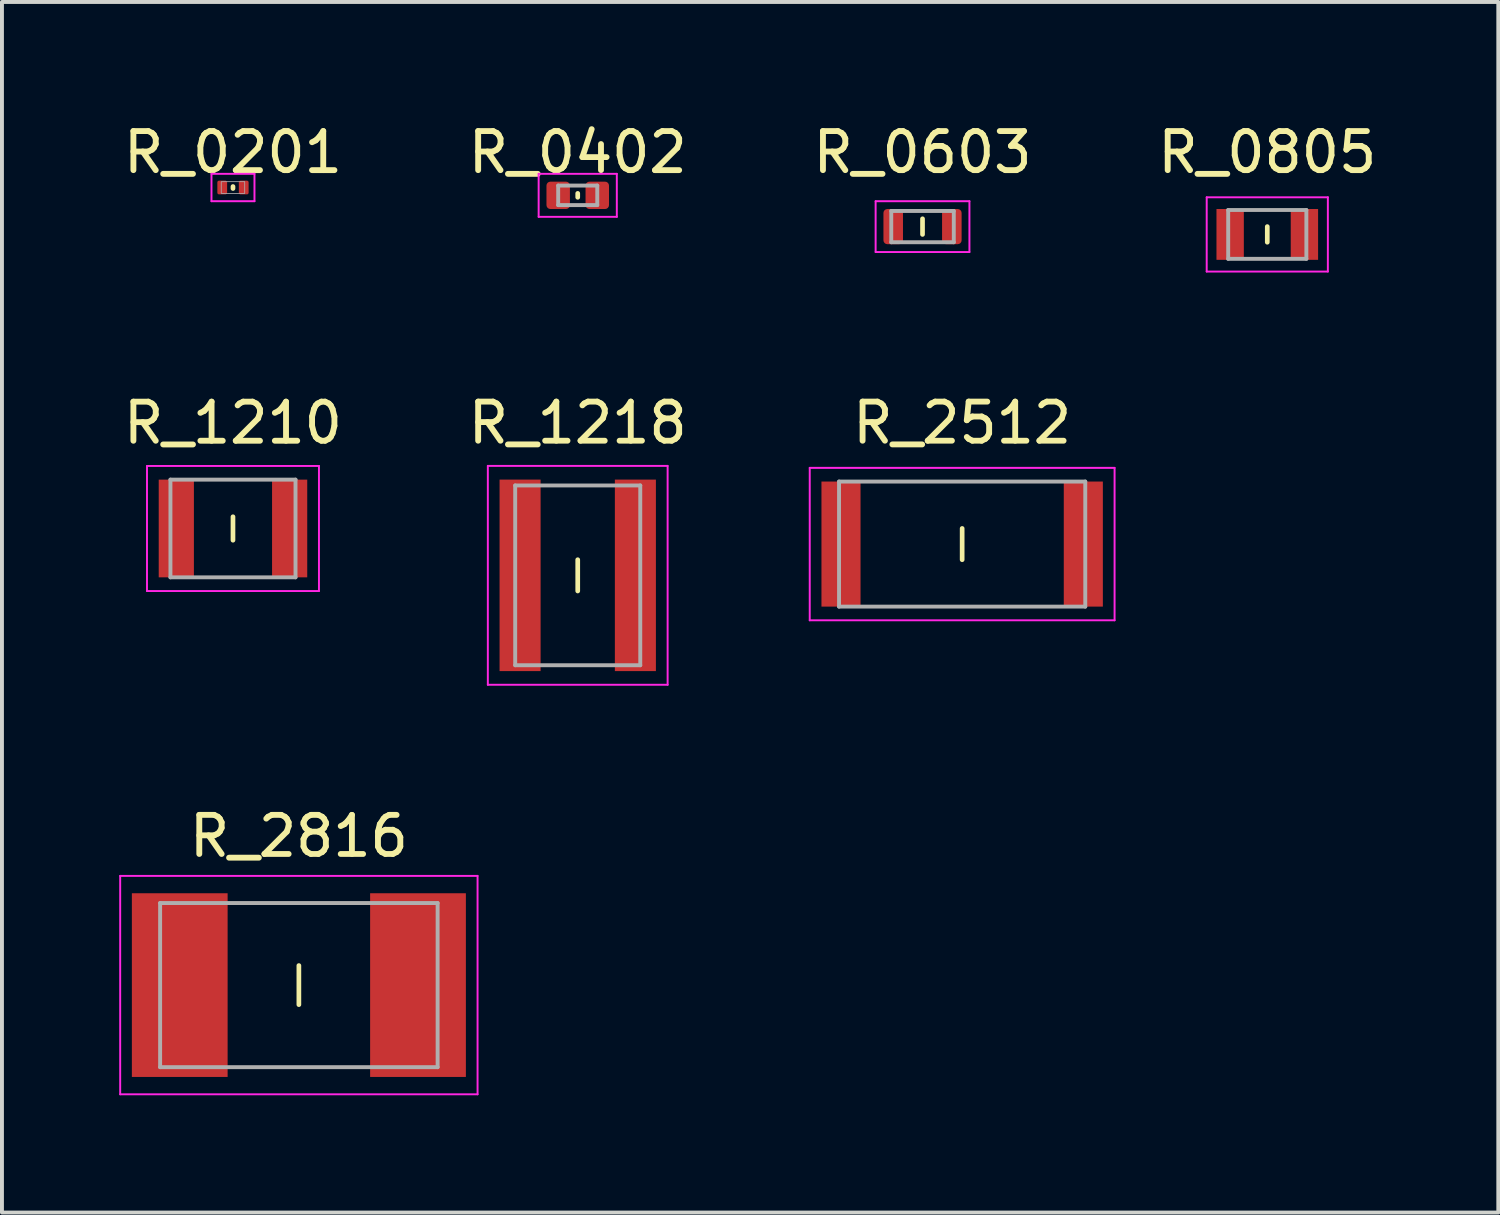
<source format=kicad_pcb>
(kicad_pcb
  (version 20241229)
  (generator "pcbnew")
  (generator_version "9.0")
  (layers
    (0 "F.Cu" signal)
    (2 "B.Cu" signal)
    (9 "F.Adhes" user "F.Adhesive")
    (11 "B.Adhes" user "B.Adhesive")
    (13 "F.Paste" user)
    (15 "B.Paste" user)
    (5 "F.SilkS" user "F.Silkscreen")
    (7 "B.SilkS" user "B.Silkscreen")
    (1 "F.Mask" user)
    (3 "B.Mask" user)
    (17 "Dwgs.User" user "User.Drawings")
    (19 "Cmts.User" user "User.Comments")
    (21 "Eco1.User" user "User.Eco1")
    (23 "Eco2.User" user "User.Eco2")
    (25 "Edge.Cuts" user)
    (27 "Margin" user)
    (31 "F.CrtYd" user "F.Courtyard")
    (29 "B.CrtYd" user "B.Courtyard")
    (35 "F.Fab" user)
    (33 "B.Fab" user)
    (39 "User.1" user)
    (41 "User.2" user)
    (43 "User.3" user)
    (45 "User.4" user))
  (footprint "R_1218"
    (layer "F.Cu")
    (at 11.732 11.671)
    (property "Reference" "R_1218" (at 0 -3.9 0) (layer "F.SilkS") (effects (font (size 1 1) (thickness 0.15))))
    (attr smd)
    (fp_line (start 0 -0.4) (end 0 0.4) (stroke (width 0.12) (type solid)) (layer "F.SilkS"))
    (fp_line (start -2.3 -2.8) (end -2.3 2.8) (stroke (width 0.05) (type solid)) (layer "F.CrtYd"))
    (fp_line (start -2.3 -2.8) (end 2.3 -2.8) (stroke (width 0.05) (type solid)) (layer "F.CrtYd"))
    (fp_line (start -2.3 2.8) (end 2.3 2.8) (stroke (width 0.05) (type solid)) (layer "F.CrtYd"))
    (fp_line (start 2.3 -2.8) (end 2.3 2.8) (stroke (width 0.05) (type solid)) (layer "F.CrtYd"))
    (fp_line (start -1.6 -2.3) (end -1.6 2.3) (stroke (width 0.1) (type solid)) (layer "F.Fab"))
    (fp_line (start -1.6 2.3) (end 1.6 2.3) (stroke (width 0.1) (type solid)) (layer "F.Fab"))
    (fp_line (start 1.6 -2.3) (end -1.6 -2.3) (stroke (width 0.1) (type solid)) (layer "F.Fab"))
    (fp_line (start 1.6 2.3) (end 1.6 -2.3) (stroke (width 0.1) (type solid)) (layer "F.Fab"))
    (pad "1" smd rect (at -1.475 0) (size 1.05 4.9) (layers "F.Cu" "F.Mask" "F.Paste"))
    (pad "2" smd rect (at 1.475 0) (size 1.05 4.9) (layers "F.Cu" "F.Mask" "F.Paste")))
  (footprint "R_2816"
    (layer "F.Cu")
    (at 4.597 22.155)
    (property "Reference" "R_2816" (at 0 -3.81 0) (layer "F.SilkS") (effects (font (size 1 1) (thickness 0.15))))
    (attr smd)
    (fp_line (start 0 -0.5) (end 0 0.5) (stroke (width 0.12) (type solid)) (layer "F.SilkS"))
    (fp_line (start -4.572 -2.794) (end 4.572 -2.794) (stroke (width 0.05) (type solid)) (layer "F.CrtYd"))
    (fp_line (start -4.572 2.794) (end -4.572 -2.794) (stroke (width 0.05) (type solid)) (layer "F.CrtYd"))
    (fp_line (start 4.572 -2.794) (end 4.572 2.794) (stroke (width 0.05) (type solid)) (layer "F.CrtYd"))
    (fp_line (start 4.572 2.794) (end -4.572 2.794) (stroke (width 0.05) (type solid)) (layer "F.CrtYd"))
    (fp_line (start -3.55 -2.1) (end -3.55 2.1) (stroke (width 0.1) (type solid)) (layer "F.Fab"))
    (fp_line (start -3.55 2.1) (end 3.55 2.1) (stroke (width 0.1) (type solid)) (layer "F.Fab"))
    (fp_line (start 3.55 -2.1) (end -3.55 -2.1) (stroke (width 0.1) (type solid)) (layer "F.Fab"))
    (fp_line (start 3.55 2.1) (end 3.55 -2.1) (stroke (width 0.1) (type solid)) (layer "F.Fab"))
    (pad "1" smd rect (at -3.048 0) (size 2.45 4.7) (layers "F.Cu" "F.Mask" "F.Paste"))
    (pad "2" smd rect (at 3.048 0) (size 2.45 4.7) (layers "F.Cu" "F.Mask" "F.Paste")))
  (footprint "R_0805"
    (layer "F.Cu")
    (at 29.375 2.948)
    (property "Reference" "R_0805" (at 0 -2.1 0) (layer "F.SilkS") (effects (font (size 1 1) (thickness 0.15))))
    (attr smd)
    (fp_line (start 0 -0.2) (end 0 0.2) (stroke (width 0.12) (type solid)) (layer "F.SilkS"))
    (fp_line (start -1.55 -0.95) (end -1.55 0.95) (stroke (width 0.05) (type solid)) (layer "F.CrtYd"))
    (fp_line (start -1.55 -0.95) (end 1.55 -0.95) (stroke (width 0.05) (type solid)) (layer "F.CrtYd"))
    (fp_line (start -1.55 0.95) (end 1.55 0.95) (stroke (width 0.05) (type solid)) (layer "F.CrtYd"))
    (fp_line (start 1.55 -0.95) (end 1.55 0.95) (stroke (width 0.05) (type solid)) (layer "F.CrtYd"))
    (fp_line (start -1 -0.625) (end 1 -0.625) (stroke (width 0.1) (type solid)) (layer "F.Fab"))
    (fp_line (start -1 0.625) (end -1 -0.625) (stroke (width 0.1) (type solid)) (layer "F.Fab"))
    (fp_line (start 1 -0.625) (end 1 0.625) (stroke (width 0.1) (type solid)) (layer "F.Fab"))
    (fp_line (start 1 0.625) (end -1 0.625) (stroke (width 0.1) (type solid)) (layer "F.Fab"))
    (pad "1" smd rect (at -0.95 0) (size 0.7 1.3) (layers "F.Cu" "F.Mask" "F.Paste"))
    (pad "2" smd rect (at 0.95 0) (size 0.7 1.3) (layers "F.Cu" "F.Mask" "F.Paste")))
  (footprint "R_0201"
    (layer "F.Cu")
    (at 2.911 1.748)
    (property "Reference" "R_0201" (at 0 -0.9 0) (unlocked yes) (layer "F.SilkS") (effects (font (size 1 1) (thickness 0.15))))
    (attr smd)
    (fp_line (start 0 -0.025) (end 0 0.025) (stroke (width 0.12) (type solid)) (layer "F.SilkS"))
    (fp_line (start -0.55 -0.35) (end -0.55 0.35) (stroke (width 0.05) (type solid)) (layer "F.CrtYd"))
    (fp_line (start -0.55 0.35) (end 0.55 0.35) (stroke (width 0.05) (type solid)) (layer "F.CrtYd"))
    (fp_line (start 0.55 -0.35) (end -0.55 -0.35) (stroke (width 0.05) (type solid)) (layer "F.CrtYd"))
    (fp_line (start 0.55 0.35) (end 0.55 -0.35) (stroke (width 0.05) (type solid)) (layer "F.CrtYd"))
    (fp_rect (start -0.3 -0.15) (end 0.3 0.15) (stroke (width 0.02) (type solid)) (fill no) (layer "F.Fab"))
    (pad "1" smd roundrect (at -0.275 0) (size 0.25 0.35) (layers "F.Cu" "F.Mask" "F.Paste") (roundrect_rratio 0.167))
    (pad "2" smd roundrect (at 0.275 0) (size 0.25 0.35) (layers "F.Cu" "F.Mask" "F.Paste") (roundrect_rratio 0.167)))
  (footprint "R_0603"
    (layer "F.Cu")
    (at 20.554 2.748)
    (property "Reference" "R_0603" (at 0 -1.9 0) (layer "F.SilkS") (effects (font (size 1 1) (thickness 0.15))))
    (attr smd)
    (fp_line (start 0 -0.2) (end 0 0.2) (stroke (width 0.12) (type solid)) (layer "F.SilkS"))
    (fp_line (start -1.2 -0.65) (end -1.2 0.65) (stroke (width 0.05) (type solid)) (layer "F.CrtYd"))
    (fp_line (start -1.2 -0.65) (end 1.2 -0.65) (stroke (width 0.05) (type solid)) (layer "F.CrtYd"))
    (fp_line (start -1.2 0.65) (end 1.2 0.65) (stroke (width 0.05) (type solid)) (layer "F.CrtYd"))
    (fp_line (start 1.2 -0.65) (end 1.2 0.65) (stroke (width 0.05) (type solid)) (layer "F.CrtYd"))
    (fp_line (start -0.8 -0.4) (end 0.8 -0.4) (stroke (width 0.1) (type solid)) (layer "F.Fab"))
    (fp_line (start -0.8 0.4) (end -0.8 -0.4) (stroke (width 0.1) (type solid)) (layer "F.Fab"))
    (fp_line (start 0.8 -0.4) (end 0.8 0.4) (stroke (width 0.1) (type solid)) (layer "F.Fab"))
    (fp_line (start 0.8 0.4) (end -0.8 0.4) (stroke (width 0.1) (type solid)) (layer "F.Fab"))
    (pad "1" smd roundrect (at -0.75 0) (size 0.5 0.9) (layers "F.Cu" "F.Mask" "F.Paste") (roundrect_rratio 0.2))
    (pad "2" smd roundrect (at 0.75 0) (size 0.5 0.9) (layers "F.Cu" "F.Mask" "F.Paste") (roundrect_rratio 0.2)))
  (footprint "R_2512"
    (layer "F.Cu")
    (at 21.568 10.871)
    (property "Reference" "R_2512" (at 0 -3.1 0) (layer "F.SilkS") (effects (font (size 1 1) (thickness 0.15))))
    (attr smd)
    (fp_line (start 0 -0.4) (end 0 0.4) (stroke (width 0.12) (type solid)) (layer "F.SilkS"))
    (fp_line (start -3.9 -1.95) (end -3.9 1.95) (stroke (width 0.05) (type solid)) (layer "F.CrtYd"))
    (fp_line (start -3.9 -1.95) (end 3.9 -1.95) (stroke (width 0.05) (type solid)) (layer "F.CrtYd"))
    (fp_line (start -3.9 1.95) (end 3.9 1.95) (stroke (width 0.05) (type solid)) (layer "F.CrtYd"))
    (fp_line (start 3.9 -1.95) (end 3.9 1.95) (stroke (width 0.05) (type solid)) (layer "F.CrtYd"))
    (fp_line (start -3.15 -1.6) (end 3.15 -1.6) (stroke (width 0.1) (type solid)) (layer "F.Fab"))
    (fp_line (start -3.15 1.6) (end -3.15 -1.6) (stroke (width 0.1) (type solid)) (layer "F.Fab"))
    (fp_line (start 3.15 -1.6) (end 3.15 1.6) (stroke (width 0.1) (type solid)) (layer "F.Fab"))
    (fp_line (start 3.15 1.6) (end -3.15 1.6) (stroke (width 0.1) (type solid)) (layer "F.Fab"))
    (pad "1" smd rect (at -3.1 0) (size 1 3.2) (layers "F.Cu" "F.Mask" "F.Paste"))
    (pad "2" smd rect (at 3.1 0) (size 1 3.2) (layers "F.Cu" "F.Mask" "F.Paste")))
  (footprint "R_1210"
    (layer "F.Cu")
    (at 2.911 10.472)
    (property "Reference" "R_1210" (at 0 -2.7 0) (layer "F.SilkS") (effects (font (size 1 1) (thickness 0.15))))
    (attr smd)
    (fp_line (start 0 -0.3) (end 0 0.3) (stroke (width 0.12) (type solid)) (layer "F.SilkS"))
    (fp_line (start -2.2 -1.6) (end -2.2 1.6) (stroke (width 0.05) (type solid)) (layer "F.CrtYd"))
    (fp_line (start -2.2 -1.6) (end 2.2 -1.6) (stroke (width 0.05) (type solid)) (layer "F.CrtYd"))
    (fp_line (start -2.2 1.6) (end 2.2 1.6) (stroke (width 0.05) (type solid)) (layer "F.CrtYd"))
    (fp_line (start 2.2 -1.6) (end 2.2 1.6) (stroke (width 0.05) (type solid)) (layer "F.CrtYd"))
    (fp_line (start -1.6 -1.25) (end 1.6 -1.25) (stroke (width 0.1) (type solid)) (layer "F.Fab"))
    (fp_line (start -1.6 1.25) (end -1.6 -1.25) (stroke (width 0.1) (type solid)) (layer "F.Fab"))
    (fp_line (start 1.6 -1.25) (end 1.6 1.25) (stroke (width 0.1) (type solid)) (layer "F.Fab"))
    (fp_line (start 1.6 1.25) (end -1.6 1.25) (stroke (width 0.1) (type solid)) (layer "F.Fab"))
    (pad "1" smd rect (at -1.45 0) (size 0.9 2.5) (layers "F.Cu" "F.Mask" "F.Paste"))
    (pad "2" smd rect (at 1.45 0) (size 0.9 2.5) (layers "F.Cu" "F.Mask" "F.Paste")))
  (footprint "R_0402"
    (layer "F.Cu")
    (at 11.732 1.948)
    (property "Reference" "R_0402" (at 0 -1.1 0) (layer "F.SilkS") (effects (font (size 1 1) (thickness 0.15))))
    (attr smd)
    (fp_line (start 0 -0.05) (end 0 0.05) (stroke (width 0.12) (type solid)) (layer "F.SilkS"))
    (fp_line (start -1 -0.55) (end -1 0.55) (stroke (width 0.05) (type solid)) (layer "F.CrtYd"))
    (fp_line (start -1 -0.55) (end 1 -0.55) (stroke (width 0.05) (type solid)) (layer "F.CrtYd"))
    (fp_line (start -1 0.55) (end 1 0.55) (stroke (width 0.05) (type solid)) (layer "F.CrtYd"))
    (fp_line (start 1 -0.55) (end 1 0.55) (stroke (width 0.05) (type solid)) (layer "F.CrtYd"))
    (fp_line (start -0.5 -0.25) (end 0.5 -0.25) (stroke (width 0.1) (type solid)) (layer "F.Fab"))
    (fp_line (start -0.5 0.25) (end -0.5 -0.25) (stroke (width 0.1) (type solid)) (layer "F.Fab"))
    (fp_line (start 0.5 -0.25) (end 0.5 0.25) (stroke (width 0.1) (type solid)) (layer "F.Fab"))
    (fp_line (start 0.5 0.25) (end -0.5 0.25) (stroke (width 0.1) (type solid)) (layer "F.Fab"))
    (pad "1" smd roundrect (at -0.5 0) (size 0.6 0.7) (layers "F.Cu" "F.Mask" "F.Paste") (roundrect_rratio 0.167))
    (pad "2" smd roundrect (at 0.5 0) (size 0.6 0.7) (layers "F.Cu" "F.Mask" "F.Paste") (roundrect_rratio 0.167)))
  (gr_rect
    (start -3 -3)
    (end 35.286 27.974)
    (stroke (width 0.1) (type default))
    (fill no)
    (layer "Edge.Cuts")))
</source>
